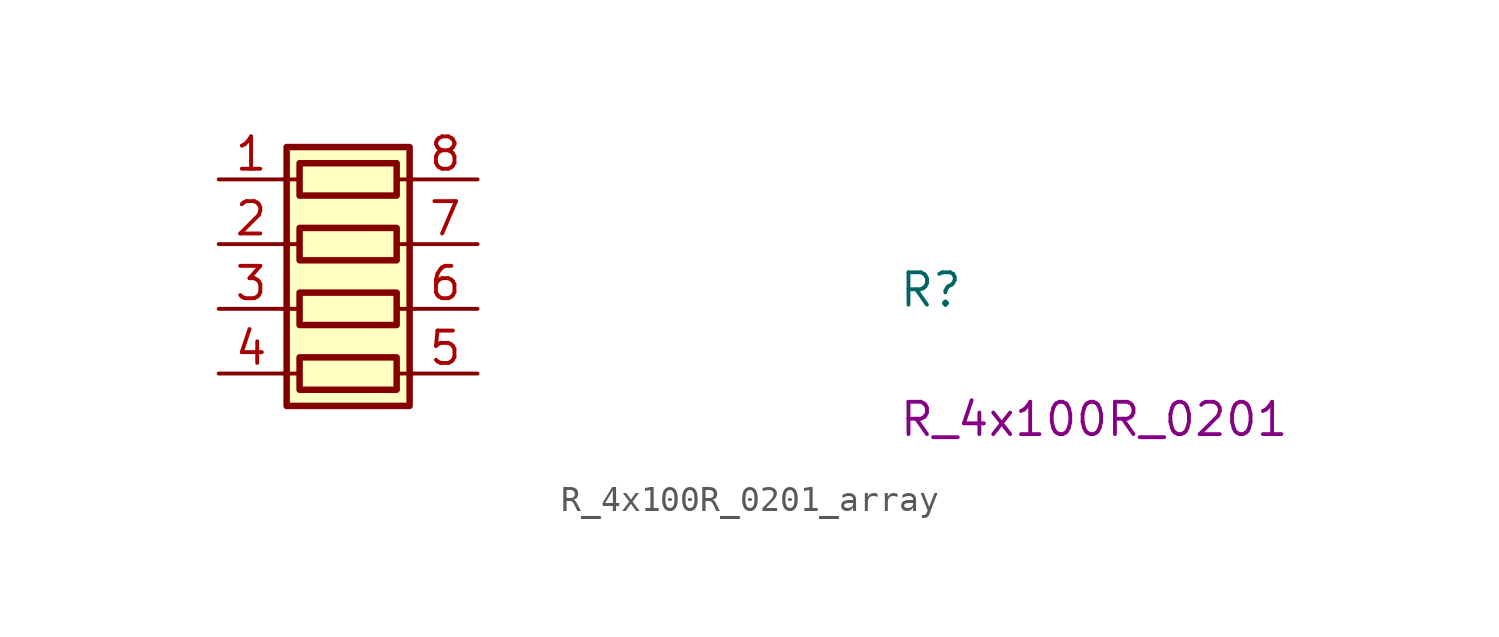
<source format=kicad_sym>
(kicad_symbol_lib
  (version 20220914)
  (generator kicad_symbol_editor)
  (symbol "R_4x100R_0201_array"
    (pin_names hide)
    (property "Reference" "R"
      (at 26.67 -5.08 0)
      (effects (font (size 1.27 1.27) (thickness 0.15)) (justify left bottom)))
    (property "Val" "R_4x100R_0201"
      (at 26.67 -10.16 0)
      (effects (font (size 1.27 1.27) (thickness 0.15)) (justify left bottom)))
    (symbol "R_4x100R_0201_array_0_1"
      (polyline (pts (xy 2.54 -7.62) (xy 3.175 -7.62)) (stroke (width 0) (type default)) (fill (type none)))
      (polyline (pts (xy 2.54 -5.08) (xy 3.175 -5.08)) (stroke (width 0) (type default)) (fill (type none)))
      (polyline (pts (xy 2.54 -2.54) (xy 3.175 -2.54)) (stroke (width 0) (type default)) (fill (type none)))
      (polyline (pts (xy 2.54 0) (xy 3.175 0)) (stroke (width 0) (type default)) (fill (type none)))
      (polyline (pts (xy 6.985 -7.62) (xy 7.62 -7.62)) (stroke (width 0) (type default)) (fill (type none)))
      (polyline (pts (xy 6.985 -5.08) (xy 7.62 -5.08)) (stroke (width 0) (type default)) (fill (type none)))
      (polyline (pts (xy 6.985 -2.54) (xy 7.62 -2.54)) (stroke (width 0) (type default)) (fill (type none)))
      (polyline (pts (xy 6.985 0) (xy 7.62 0)) (stroke (width 0) (type default)) (fill (type none)))
      (rectangle (start 2.667 1.27) (end 7.493 -8.89) (stroke (width 0.254) (type default)) (fill (type background)))
      (rectangle (start 6.985 -6.985) (end 3.175 -8.255) (stroke (width 0.254) (type default)) (fill (type none)))
      (rectangle (start 6.985 -4.445) (end 3.175 -5.715) (stroke (width 0.254) (type default)) (fill (type none)))
      (rectangle (start 6.985 -1.905) (end 3.175 -3.175) (stroke (width 0.254) (type default)) (fill (type none)))
      (rectangle (start 6.985 0.635) (end 3.175 -0.635) (stroke (width 0.254) (type default)) (fill (type none))))
    (symbol "R_4x100R_0201_array_1_1"
      (pin passive line (at 0 0 0) (length 2.54) (name "R1.1" (effects (font (size 1.27 1.27)))) (number "1" (effects (font (size 1.27 1.27)))))
      (pin passive line (at 0 -2.54 0) (length 2.54) (name "R2.1" (effects (font (size 1.27 1.27)))) (number "2" (effects (font (size 1.27 1.27)))))
      (pin passive line (at 0 -5.08 0) (length 2.54) (name "R3.1" (effects (font (size 1.27 1.27)))) (number "3" (effects (font (size 1.27 1.27)))))
      (pin passive line (at 0 -7.62 0) (length 2.54) (name "R4.1" (effects (font (size 1.27 1.27)))) (number "4" (effects (font (size 1.27 1.27)))))
      (pin passive line (at 10.16 -7.62 180) (length 2.54) (name "R4.2" (effects (font (size 1.27 1.27)))) (number "5" (effects (font (size 1.27 1.27)))))
      (pin passive line (at 10.16 -5.08 180) (length 2.54) (name "R3.2" (effects (font (size 1.27 1.27)))) (number "6" (effects (font (size 1.27 1.27)))))
      (pin passive line (at 10.16 -2.54 180) (length 2.54) (name "R2.2" (effects (font (size 1.27 1.27)))) (number "7" (effects (font (size 1.27 1.27)))))
      (pin passive line (at 10.16 0 180) (length 2.54) (name "R1.2" (effects (font (size 1.27 1.27)))) (number "8" (effects (font (size 1.27 1.27))))))))
</source>
